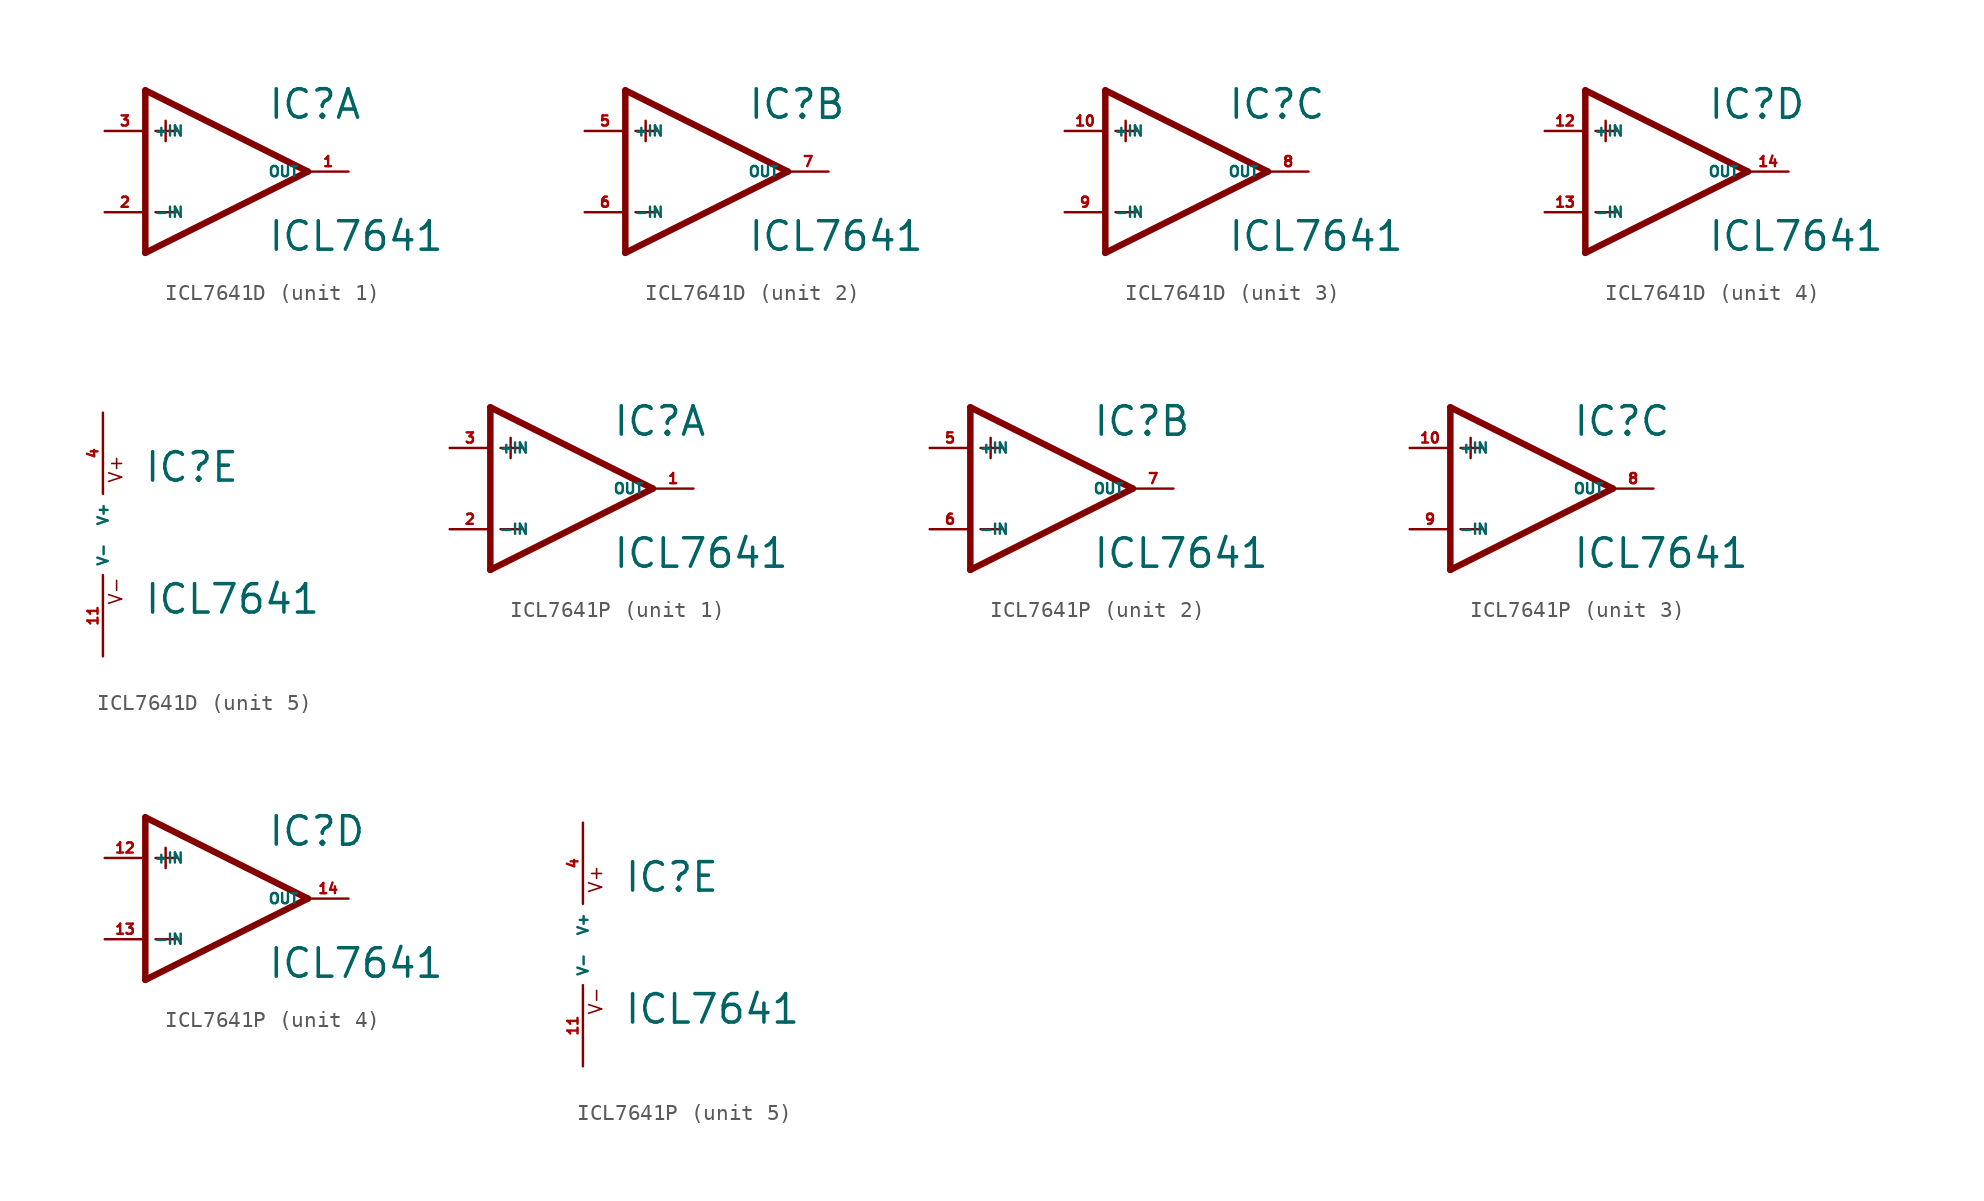
<source format=kicad_sym>
(kicad_symbol_lib
  (version 20220914)
  (generator Eagle2Kicad)
  (symbol "ICL7641D"
    (property "Reference" "IC"
      (at 2.54 3.175 0)
      (effects (font (size 1.778 1.778) (thickness 0.22)) (justify left bottom)))
    (property "Value" "ICL7641"
      (at 2.54 -5.08 0)
      (effects (font (size 1.778 1.778) (thickness 0.22)) (justify left bottom)))
    (symbol "ICL7641D_1_0"
      (polyline (pts (xy -5.08 5.08) (xy -5.08 -5.08)) (stroke (width 0.406) (type default)) (fill (type none)))
      (polyline (pts (xy -5.08 -5.08) (xy 5.08 0)) (stroke (width 0.406) (type default)) (fill (type none)))
      (polyline (pts (xy 5.08 0) (xy -5.08 5.08)) (stroke (width 0.406) (type default)) (fill (type none)))
      (polyline (pts (xy -3.81 3.175) (xy -3.81 1.905)) (stroke (width 0.152) (type default)) (fill (type none)))
      (polyline (pts (xy -4.445 2.54) (xy -3.175 2.54)) (stroke (width 0.152) (type default)) (fill (type none)))
      (polyline (pts (xy -4.445 -2.54) (xy -3.175 -2.54)) (stroke (width 0.152) (type default)) (fill (type none)))
      (pin input line (at -7.62 -2.54 0) (length 2.54) (name "-IN" (effects (font (size 0.635 0.635) (thickness 0.08)) (justify left bottom))) (number "2" (effects (font (size 0.635 0.635) (thickness 0.08)) (justify left bottom))))
      (pin input line (at -7.62 2.54 0) (length 2.54) (name "+IN" (effects (font (size 0.635 0.635) (thickness 0.08)) (justify left bottom))) (number "3" (effects (font (size 0.635 0.635) (thickness 0.08)) (justify left bottom))))
      (pin output line (at 7.62 0 180) (length 2.54) (name "OUT" (effects (font (size 0.635 0.635) (thickness 0.08)) (justify left bottom))) (number "1" (effects (font (size 0.635 0.635) (thickness 0.08)) (justify left bottom)))))
    (symbol "ICL7641D_2_0"
      (polyline (pts (xy -5.08 5.08) (xy -5.08 -5.08)) (stroke (width 0.406) (type default)) (fill (type none)))
      (polyline (pts (xy -5.08 -5.08) (xy 5.08 0)) (stroke (width 0.406) (type default)) (fill (type none)))
      (polyline (pts (xy 5.08 0) (xy -5.08 5.08)) (stroke (width 0.406) (type default)) (fill (type none)))
      (polyline (pts (xy -3.81 3.175) (xy -3.81 1.905)) (stroke (width 0.152) (type default)) (fill (type none)))
      (polyline (pts (xy -4.445 2.54) (xy -3.175 2.54)) (stroke (width 0.152) (type default)) (fill (type none)))
      (polyline (pts (xy -4.445 -2.54) (xy -3.175 -2.54)) (stroke (width 0.152) (type default)) (fill (type none)))
      (pin input line (at -7.62 -2.54 0) (length 2.54) (name "-IN" (effects (font (size 0.635 0.635) (thickness 0.08)) (justify left bottom))) (number "6" (effects (font (size 0.635 0.635) (thickness 0.08)) (justify left bottom))))
      (pin input line (at -7.62 2.54 0) (length 2.54) (name "+IN" (effects (font (size 0.635 0.635) (thickness 0.08)) (justify left bottom))) (number "5" (effects (font (size 0.635 0.635) (thickness 0.08)) (justify left bottom))))
      (pin output line (at 7.62 0 180) (length 2.54) (name "OUT" (effects (font (size 0.635 0.635) (thickness 0.08)) (justify left bottom))) (number "7" (effects (font (size 0.635 0.635) (thickness 0.08)) (justify left bottom)))))
    (symbol "ICL7641D_3_0"
      (polyline (pts (xy -5.08 5.08) (xy -5.08 -5.08)) (stroke (width 0.406) (type default)) (fill (type none)))
      (polyline (pts (xy -5.08 -5.08) (xy 5.08 0)) (stroke (width 0.406) (type default)) (fill (type none)))
      (polyline (pts (xy 5.08 0) (xy -5.08 5.08)) (stroke (width 0.406) (type default)) (fill (type none)))
      (polyline (pts (xy -3.81 3.175) (xy -3.81 1.905)) (stroke (width 0.152) (type default)) (fill (type none)))
      (polyline (pts (xy -4.445 2.54) (xy -3.175 2.54)) (stroke (width 0.152) (type default)) (fill (type none)))
      (polyline (pts (xy -4.445 -2.54) (xy -3.175 -2.54)) (stroke (width 0.152) (type default)) (fill (type none)))
      (pin input line (at -7.62 -2.54 0) (length 2.54) (name "-IN" (effects (font (size 0.635 0.635) (thickness 0.08)) (justify left bottom))) (number "9" (effects (font (size 0.635 0.635) (thickness 0.08)) (justify left bottom))))
      (pin input line (at -7.62 2.54 0) (length 2.54) (name "+IN" (effects (font (size 0.635 0.635) (thickness 0.08)) (justify left bottom))) (number "10" (effects (font (size 0.635 0.635) (thickness 0.08)) (justify left bottom))))
      (pin output line (at 7.62 0 180) (length 2.54) (name "OUT" (effects (font (size 0.635 0.635) (thickness 0.08)) (justify left bottom))) (number "8" (effects (font (size 0.635 0.635) (thickness 0.08)) (justify left bottom)))))
    (symbol "ICL7641D_4_0"
      (polyline (pts (xy -5.08 5.08) (xy -5.08 -5.08)) (stroke (width 0.406) (type default)) (fill (type none)))
      (polyline (pts (xy -5.08 -5.08) (xy 5.08 0)) (stroke (width 0.406) (type default)) (fill (type none)))
      (polyline (pts (xy 5.08 0) (xy -5.08 5.08)) (stroke (width 0.406) (type default)) (fill (type none)))
      (polyline (pts (xy -3.81 3.175) (xy -3.81 1.905)) (stroke (width 0.152) (type default)) (fill (type none)))
      (polyline (pts (xy -4.445 2.54) (xy -3.175 2.54)) (stroke (width 0.152) (type default)) (fill (type none)))
      (polyline (pts (xy -4.445 -2.54) (xy -3.175 -2.54)) (stroke (width 0.152) (type default)) (fill (type none)))
      (pin input line (at -7.62 -2.54 0) (length 2.54) (name "-IN" (effects (font (size 0.635 0.635) (thickness 0.08)) (justify left bottom))) (number "13" (effects (font (size 0.635 0.635) (thickness 0.08)) (justify left bottom))))
      (pin input line (at -7.62 2.54 0) (length 2.54) (name "+IN" (effects (font (size 0.635 0.635) (thickness 0.08)) (justify left bottom))) (number "12" (effects (font (size 0.635 0.635) (thickness 0.08)) (justify left bottom))))
      (pin output line (at 7.62 0 180) (length 2.54) (name "OUT" (effects (font (size 0.635 0.635) (thickness 0.08)) (justify left bottom))) (number "14" (effects (font (size 0.635 0.635) (thickness 0.08)) (justify left bottom)))))
    (symbol "ICL7641D_5_0"
      (text "V+" (at 1.27 3.175 900) (effects (font (size 0.813 0.813) (thickness 0.10)) (justify left bottom)))
      (text "V-" (at 1.27 -4.445 900) (effects (font (size 0.813 0.813) (thickness 0.10)) (justify left bottom)))
      (pin unspecified line (at 0 7.62 270) (length 5.08) (name "V+" (effects (font (size 0.635 0.635) (thickness 0.08)) (justify left bottom))) (number "4" (effects (font (size 0.635 0.635) (thickness 0.08)) (justify left bottom))))
      (pin unspecified line (at 0 -7.62 90) (length 5.08) (name "V-" (effects (font (size 0.635 0.635) (thickness 0.08)) (justify left bottom))) (number "11" (effects (font (size 0.635 0.635) (thickness 0.08)) (justify left bottom))))))
  (symbol "ICL7641P"
    (property "Reference" "IC"
      (at 2.54 3.175 0)
      (effects (font (size 1.778 1.778) (thickness 0.22)) (justify left bottom)))
    (property "Value" "ICL7641"
      (at 2.54 -5.08 0)
      (effects (font (size 1.778 1.778) (thickness 0.22)) (justify left bottom)))
    (symbol "ICL7641P_1_0"
      (polyline (pts (xy -5.08 5.08) (xy -5.08 -5.08)) (stroke (width 0.406) (type default)) (fill (type none)))
      (polyline (pts (xy -5.08 -5.08) (xy 5.08 0)) (stroke (width 0.406) (type default)) (fill (type none)))
      (polyline (pts (xy 5.08 0) (xy -5.08 5.08)) (stroke (width 0.406) (type default)) (fill (type none)))
      (polyline (pts (xy -3.81 3.175) (xy -3.81 1.905)) (stroke (width 0.152) (type default)) (fill (type none)))
      (polyline (pts (xy -4.445 2.54) (xy -3.175 2.54)) (stroke (width 0.152) (type default)) (fill (type none)))
      (polyline (pts (xy -4.445 -2.54) (xy -3.175 -2.54)) (stroke (width 0.152) (type default)) (fill (type none)))
      (pin input line (at -7.62 -2.54 0) (length 2.54) (name "-IN" (effects (font (size 0.635 0.635) (thickness 0.08)) (justify left bottom))) (number "2" (effects (font (size 0.635 0.635) (thickness 0.08)) (justify left bottom))))
      (pin input line (at -7.62 2.54 0) (length 2.54) (name "+IN" (effects (font (size 0.635 0.635) (thickness 0.08)) (justify left bottom))) (number "3" (effects (font (size 0.635 0.635) (thickness 0.08)) (justify left bottom))))
      (pin output line (at 7.62 0 180) (length 2.54) (name "OUT" (effects (font (size 0.635 0.635) (thickness 0.08)) (justify left bottom))) (number "1" (effects (font (size 0.635 0.635) (thickness 0.08)) (justify left bottom)))))
    (symbol "ICL7641P_2_0"
      (polyline (pts (xy -5.08 5.08) (xy -5.08 -5.08)) (stroke (width 0.406) (type default)) (fill (type none)))
      (polyline (pts (xy -5.08 -5.08) (xy 5.08 0)) (stroke (width 0.406) (type default)) (fill (type none)))
      (polyline (pts (xy 5.08 0) (xy -5.08 5.08)) (stroke (width 0.406) (type default)) (fill (type none)))
      (polyline (pts (xy -3.81 3.175) (xy -3.81 1.905)) (stroke (width 0.152) (type default)) (fill (type none)))
      (polyline (pts (xy -4.445 2.54) (xy -3.175 2.54)) (stroke (width 0.152) (type default)) (fill (type none)))
      (polyline (pts (xy -4.445 -2.54) (xy -3.175 -2.54)) (stroke (width 0.152) (type default)) (fill (type none)))
      (pin input line (at -7.62 -2.54 0) (length 2.54) (name "-IN" (effects (font (size 0.635 0.635) (thickness 0.08)) (justify left bottom))) (number "6" (effects (font (size 0.635 0.635) (thickness 0.08)) (justify left bottom))))
      (pin input line (at -7.62 2.54 0) (length 2.54) (name "+IN" (effects (font (size 0.635 0.635) (thickness 0.08)) (justify left bottom))) (number "5" (effects (font (size 0.635 0.635) (thickness 0.08)) (justify left bottom))))
      (pin output line (at 7.62 0 180) (length 2.54) (name "OUT" (effects (font (size 0.635 0.635) (thickness 0.08)) (justify left bottom))) (number "7" (effects (font (size 0.635 0.635) (thickness 0.08)) (justify left bottom)))))
    (symbol "ICL7641P_3_0"
      (polyline (pts (xy -5.08 5.08) (xy -5.08 -5.08)) (stroke (width 0.406) (type default)) (fill (type none)))
      (polyline (pts (xy -5.08 -5.08) (xy 5.08 0)) (stroke (width 0.406) (type default)) (fill (type none)))
      (polyline (pts (xy 5.08 0) (xy -5.08 5.08)) (stroke (width 0.406) (type default)) (fill (type none)))
      (polyline (pts (xy -3.81 3.175) (xy -3.81 1.905)) (stroke (width 0.152) (type default)) (fill (type none)))
      (polyline (pts (xy -4.445 2.54) (xy -3.175 2.54)) (stroke (width 0.152) (type default)) (fill (type none)))
      (polyline (pts (xy -4.445 -2.54) (xy -3.175 -2.54)) (stroke (width 0.152) (type default)) (fill (type none)))
      (pin input line (at -7.62 -2.54 0) (length 2.54) (name "-IN" (effects (font (size 0.635 0.635) (thickness 0.08)) (justify left bottom))) (number "9" (effects (font (size 0.635 0.635) (thickness 0.08)) (justify left bottom))))
      (pin input line (at -7.62 2.54 0) (length 2.54) (name "+IN" (effects (font (size 0.635 0.635) (thickness 0.08)) (justify left bottom))) (number "10" (effects (font (size 0.635 0.635) (thickness 0.08)) (justify left bottom))))
      (pin output line (at 7.62 0 180) (length 2.54) (name "OUT" (effects (font (size 0.635 0.635) (thickness 0.08)) (justify left bottom))) (number "8" (effects (font (size 0.635 0.635) (thickness 0.08)) (justify left bottom)))))
    (symbol "ICL7641P_4_0"
      (polyline (pts (xy -5.08 5.08) (xy -5.08 -5.08)) (stroke (width 0.406) (type default)) (fill (type none)))
      (polyline (pts (xy -5.08 -5.08) (xy 5.08 0)) (stroke (width 0.406) (type default)) (fill (type none)))
      (polyline (pts (xy 5.08 0) (xy -5.08 5.08)) (stroke (width 0.406) (type default)) (fill (type none)))
      (polyline (pts (xy -3.81 3.175) (xy -3.81 1.905)) (stroke (width 0.152) (type default)) (fill (type none)))
      (polyline (pts (xy -4.445 2.54) (xy -3.175 2.54)) (stroke (width 0.152) (type default)) (fill (type none)))
      (polyline (pts (xy -4.445 -2.54) (xy -3.175 -2.54)) (stroke (width 0.152) (type default)) (fill (type none)))
      (pin input line (at -7.62 -2.54 0) (length 2.54) (name "-IN" (effects (font (size 0.635 0.635) (thickness 0.08)) (justify left bottom))) (number "13" (effects (font (size 0.635 0.635) (thickness 0.08)) (justify left bottom))))
      (pin input line (at -7.62 2.54 0) (length 2.54) (name "+IN" (effects (font (size 0.635 0.635) (thickness 0.08)) (justify left bottom))) (number "12" (effects (font (size 0.635 0.635) (thickness 0.08)) (justify left bottom))))
      (pin output line (at 7.62 0 180) (length 2.54) (name "OUT" (effects (font (size 0.635 0.635) (thickness 0.08)) (justify left bottom))) (number "14" (effects (font (size 0.635 0.635) (thickness 0.08)) (justify left bottom)))))
    (symbol "ICL7641P_5_0"
      (text "V+" (at 1.27 3.175 900) (effects (font (size 0.813 0.813) (thickness 0.10)) (justify left bottom)))
      (text "V-" (at 1.27 -4.445 900) (effects (font (size 0.813 0.813) (thickness 0.10)) (justify left bottom)))
      (pin unspecified line (at 0 7.62 270) (length 5.08) (name "V+" (effects (font (size 0.635 0.635) (thickness 0.08)) (justify left bottom))) (number "4" (effects (font (size 0.635 0.635) (thickness 0.08)) (justify left bottom))))
      (pin unspecified line (at 0 -7.62 90) (length 5.08) (name "V-" (effects (font (size 0.635 0.635) (thickness 0.08)) (justify left bottom))) (number "11" (effects (font (size 0.635 0.635) (thickness 0.08)) (justify left bottom)))))))
</source>
